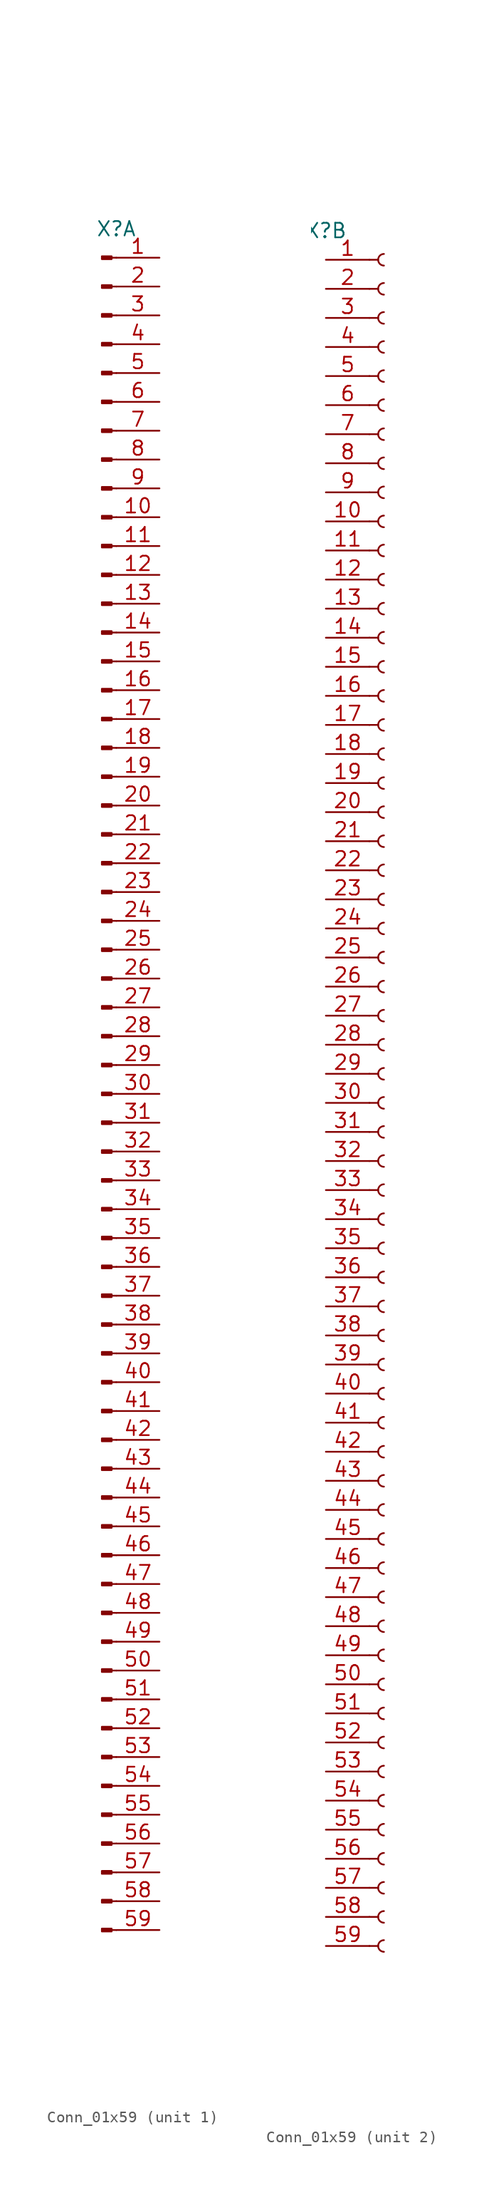
<source format=kicad_sym>
(kicad_symbol_lib
  (version 20241209)
  (generator "kicad_symbol_editor")
  (generator_version "9.0")
  (symbol "Conn_01x59"
    (pin_names
      (offset 1.016)
      (hide yes))
    (property "Reference" "X"
      (at 0 76.2 0)
      (effects (font (size 1.27 1.27))))
    (property "ki_locked" ""
      (at 0 0 0)
      (effects (font (size 1.27 1.27))))
    (symbol "Conn_01x59_1_1"
      (rectangle (start -0.406 73.787) (end -1.27 73.533) (stroke (width 0.152) (type default)) (fill (type outline)))
      (rectangle (start -0.406 71.247) (end -1.27 70.993) (stroke (width 0.152) (type default)) (fill (type outline)))
      (rectangle (start -0.406 68.707) (end -1.27 68.453) (stroke (width 0.152) (type default)) (fill (type outline)))
      (rectangle (start -0.406 66.167) (end -1.27 65.913) (stroke (width 0.152) (type default)) (fill (type outline)))
      (rectangle (start -0.406 63.627) (end -1.27 63.373) (stroke (width 0.152) (type default)) (fill (type outline)))
      (rectangle (start -0.406 61.087) (end -1.27 60.833) (stroke (width 0.152) (type default)) (fill (type outline)))
      (rectangle (start -0.406 58.547) (end -1.27 58.293) (stroke (width 0.152) (type default)) (fill (type outline)))
      (rectangle (start -0.406 56.007) (end -1.27 55.753) (stroke (width 0.152) (type default)) (fill (type outline)))
      (rectangle (start -0.406 53.467) (end -1.27 53.213) (stroke (width 0.152) (type default)) (fill (type outline)))
      (rectangle (start -0.406 50.927) (end -1.27 50.673) (stroke (width 0.152) (type default)) (fill (type outline)))
      (rectangle (start -0.406 48.387) (end -1.27 48.133) (stroke (width 0.152) (type default)) (fill (type outline)))
      (rectangle (start -0.406 45.847) (end -1.27 45.593) (stroke (width 0.152) (type default)) (fill (type outline)))
      (rectangle (start -0.406 43.307) (end -1.27 43.053) (stroke (width 0.152) (type default)) (fill (type outline)))
      (rectangle (start -0.406 40.767) (end -1.27 40.513) (stroke (width 0.152) (type default)) (fill (type outline)))
      (rectangle (start -0.406 38.227) (end -1.27 37.973) (stroke (width 0.152) (type default)) (fill (type outline)))
      (rectangle (start -0.406 35.687) (end -1.27 35.433) (stroke (width 0.152) (type default)) (fill (type outline)))
      (rectangle (start -0.406 33.147) (end -1.27 32.893) (stroke (width 0.152) (type default)) (fill (type outline)))
      (rectangle (start -0.406 30.607) (end -1.27 30.353) (stroke (width 0.152) (type default)) (fill (type outline)))
      (rectangle (start -0.406 28.067) (end -1.27 27.813) (stroke (width 0.152) (type default)) (fill (type outline)))
      (rectangle (start -0.406 25.527) (end -1.27 25.273) (stroke (width 0.152) (type default)) (fill (type outline)))
      (rectangle (start -0.406 22.987) (end -1.27 22.733) (stroke (width 0.152) (type default)) (fill (type outline)))
      (rectangle (start -0.406 20.447) (end -1.27 20.193) (stroke (width 0.152) (type default)) (fill (type outline)))
      (rectangle (start -0.406 17.907) (end -1.27 17.653) (stroke (width 0.152) (type default)) (fill (type outline)))
      (rectangle (start -0.406 15.367) (end -1.27 15.113) (stroke (width 0.152) (type default)) (fill (type outline)))
      (rectangle (start -0.406 12.827) (end -1.27 12.573) (stroke (width 0.152) (type default)) (fill (type outline)))
      (rectangle (start -0.406 10.287) (end -1.27 10.033) (stroke (width 0.152) (type default)) (fill (type outline)))
      (rectangle (start -0.406 7.747) (end -1.27 7.493) (stroke (width 0.152) (type default)) (fill (type outline)))
      (rectangle (start -0.406 5.207) (end -1.27 4.953) (stroke (width 0.152) (type default)) (fill (type outline)))
      (rectangle (start -0.406 2.667) (end -1.27 2.413) (stroke (width 0.152) (type default)) (fill (type outline)))
      (rectangle (start -0.406 0.127) (end -1.27 -0.127) (stroke (width 0.152) (type default)) (fill (type outline)))
      (rectangle (start -0.406 -2.413) (end -1.27 -2.667) (stroke (width 0.152) (type default)) (fill (type outline)))
      (rectangle (start -0.406 -4.953) (end -1.27 -5.207) (stroke (width 0.152) (type default)) (fill (type outline)))
      (rectangle (start -0.406 -7.493) (end -1.27 -7.747) (stroke (width 0.152) (type default)) (fill (type outline)))
      (rectangle (start -0.406 -10.033) (end -1.27 -10.287) (stroke (width 0.152) (type default)) (fill (type outline)))
      (rectangle (start -0.406 -12.573) (end -1.27 -12.827) (stroke (width 0.152) (type default)) (fill (type outline)))
      (rectangle (start -0.406 -15.113) (end -1.27 -15.367) (stroke (width 0.152) (type default)) (fill (type outline)))
      (rectangle (start -0.406 -17.653) (end -1.27 -17.907) (stroke (width 0.152) (type default)) (fill (type outline)))
      (rectangle (start -0.406 -20.193) (end -1.27 -20.447) (stroke (width 0.152) (type default)) (fill (type outline)))
      (rectangle (start -0.406 -22.733) (end -1.27 -22.987) (stroke (width 0.152) (type default)) (fill (type outline)))
      (rectangle (start -0.406 -25.273) (end -1.27 -25.527) (stroke (width 0.152) (type default)) (fill (type outline)))
      (rectangle (start -0.406 -27.813) (end -1.27 -28.067) (stroke (width 0.152) (type default)) (fill (type outline)))
      (rectangle (start -0.406 -30.353) (end -1.27 -30.607) (stroke (width 0.152) (type default)) (fill (type outline)))
      (rectangle (start -0.406 -32.893) (end -1.27 -33.147) (stroke (width 0.152) (type default)) (fill (type outline)))
      (rectangle (start -0.406 -35.433) (end -1.27 -35.687) (stroke (width 0.152) (type default)) (fill (type outline)))
      (rectangle (start -0.406 -37.973) (end -1.27 -38.227) (stroke (width 0.152) (type default)) (fill (type outline)))
      (rectangle (start -0.406 -40.513) (end -1.27 -40.767) (stroke (width 0.152) (type default)) (fill (type outline)))
      (rectangle (start -0.406 -43.053) (end -1.27 -43.307) (stroke (width 0.152) (type default)) (fill (type outline)))
      (rectangle (start -0.406 -45.593) (end -1.27 -45.847) (stroke (width 0.152) (type default)) (fill (type outline)))
      (rectangle (start -0.406 -48.133) (end -1.27 -48.387) (stroke (width 0.152) (type default)) (fill (type outline)))
      (rectangle (start -0.406 -50.673) (end -1.27 -50.927) (stroke (width 0.152) (type default)) (fill (type outline)))
      (rectangle (start -0.406 -53.213) (end -1.27 -53.467) (stroke (width 0.152) (type default)) (fill (type outline)))
      (rectangle (start -0.406 -55.753) (end -1.27 -56.007) (stroke (width 0.152) (type default)) (fill (type outline)))
      (rectangle (start -0.406 -58.293) (end -1.27 -58.547) (stroke (width 0.152) (type default)) (fill (type outline)))
      (rectangle (start -0.406 -60.833) (end -1.27 -61.087) (stroke (width 0.152) (type default)) (fill (type outline)))
      (rectangle (start -0.406 -63.373) (end -1.27 -63.627) (stroke (width 0.152) (type default)) (fill (type outline)))
      (rectangle (start -0.406 -65.913) (end -1.27 -66.167) (stroke (width 0.152) (type default)) (fill (type outline)))
      (rectangle (start -0.406 -68.453) (end -1.27 -68.707) (stroke (width 0.152) (type default)) (fill (type outline)))
      (rectangle (start -0.406 -70.993) (end -1.27 -71.247) (stroke (width 0.152) (type default)) (fill (type outline)))
      (rectangle (start -0.406 -73.533) (end -1.27 -73.787) (stroke (width 0.152) (type default)) (fill (type outline)))
      (polyline (pts (xy 0 73.66) (xy -0.406 73.66)) (stroke (width 0.152) (type default)) (fill (type none)))
      (polyline (pts (xy 0 71.12) (xy -0.406 71.12)) (stroke (width 0.152) (type default)) (fill (type none)))
      (polyline (pts (xy 0 68.58) (xy -0.406 68.58)) (stroke (width 0.152) (type default)) (fill (type none)))
      (polyline (pts (xy 0 66.04) (xy -0.406 66.04)) (stroke (width 0.152) (type default)) (fill (type none)))
      (polyline (pts (xy 0 63.5) (xy -0.406 63.5)) (stroke (width 0.152) (type default)) (fill (type none)))
      (polyline (pts (xy 0 60.96) (xy -0.406 60.96)) (stroke (width 0.152) (type default)) (fill (type none)))
      (polyline (pts (xy 0 58.42) (xy -0.406 58.42)) (stroke (width 0.152) (type default)) (fill (type none)))
      (polyline (pts (xy 0 55.88) (xy -0.406 55.88)) (stroke (width 0.152) (type default)) (fill (type none)))
      (polyline (pts (xy 0 53.34) (xy -0.406 53.34)) (stroke (width 0.152) (type default)) (fill (type none)))
      (polyline (pts (xy 0 50.8) (xy -0.406 50.8)) (stroke (width 0.152) (type default)) (fill (type none)))
      (polyline (pts (xy 0 48.26) (xy -0.406 48.26)) (stroke (width 0.152) (type default)) (fill (type none)))
      (polyline (pts (xy 0 45.72) (xy -0.406 45.72)) (stroke (width 0.152) (type default)) (fill (type none)))
      (polyline (pts (xy 0 43.18) (xy -0.406 43.18)) (stroke (width 0.152) (type default)) (fill (type none)))
      (polyline (pts (xy 0 40.64) (xy -0.406 40.64)) (stroke (width 0.152) (type default)) (fill (type none)))
      (polyline (pts (xy 0 38.1) (xy -0.406 38.1)) (stroke (width 0.152) (type default)) (fill (type none)))
      (polyline (pts (xy 0 35.56) (xy -0.406 35.56)) (stroke (width 0.152) (type default)) (fill (type none)))
      (polyline (pts (xy 0 33.02) (xy -0.406 33.02)) (stroke (width 0.152) (type default)) (fill (type none)))
      (polyline (pts (xy 0 30.48) (xy -0.406 30.48)) (stroke (width 0.152) (type default)) (fill (type none)))
      (polyline (pts (xy 0 27.94) (xy -0.406 27.94)) (stroke (width 0.152) (type default)) (fill (type none)))
      (polyline (pts (xy 0 25.4) (xy -0.406 25.4)) (stroke (width 0.152) (type default)) (fill (type none)))
      (polyline (pts (xy 0 22.86) (xy -0.406 22.86)) (stroke (width 0.152) (type default)) (fill (type none)))
      (polyline (pts (xy 0 20.32) (xy -0.406 20.32)) (stroke (width 0.152) (type default)) (fill (type none)))
      (polyline (pts (xy 0 17.78) (xy -0.406 17.78)) (stroke (width 0.152) (type default)) (fill (type none)))
      (polyline (pts (xy 0 15.24) (xy -0.406 15.24)) (stroke (width 0.152) (type default)) (fill (type none)))
      (polyline (pts (xy 0 12.7) (xy -0.406 12.7)) (stroke (width 0.152) (type default)) (fill (type none)))
      (polyline (pts (xy 0 10.16) (xy -0.406 10.16)) (stroke (width 0.152) (type default)) (fill (type none)))
      (polyline (pts (xy 0 7.62) (xy -0.406 7.62)) (stroke (width 0.152) (type default)) (fill (type none)))
      (polyline (pts (xy 0 5.08) (xy -0.406 5.08)) (stroke (width 0.152) (type default)) (fill (type none)))
      (polyline (pts (xy 0 2.54) (xy -0.406 2.54)) (stroke (width 0.152) (type default)) (fill (type none)))
      (polyline (pts (xy 0 0) (xy -0.406 0)) (stroke (width 0.152) (type default)) (fill (type none)))
      (polyline (pts (xy 0 -2.54) (xy -0.406 -2.54)) (stroke (width 0.152) (type default)) (fill (type none)))
      (polyline (pts (xy 0 -5.08) (xy -0.406 -5.08)) (stroke (width 0.152) (type default)) (fill (type none)))
      (polyline (pts (xy 0 -7.62) (xy -0.406 -7.62)) (stroke (width 0.152) (type default)) (fill (type none)))
      (polyline (pts (xy 0 -10.16) (xy -0.406 -10.16)) (stroke (width 0.152) (type default)) (fill (type none)))
      (polyline (pts (xy 0 -12.7) (xy -0.406 -12.7)) (stroke (width 0.152) (type default)) (fill (type none)))
      (polyline (pts (xy 0 -15.24) (xy -0.406 -15.24)) (stroke (width 0.152) (type default)) (fill (type none)))
      (polyline (pts (xy 0 -17.78) (xy -0.406 -17.78)) (stroke (width 0.152) (type default)) (fill (type none)))
      (polyline (pts (xy 0 -20.32) (xy -0.406 -20.32)) (stroke (width 0.152) (type default)) (fill (type none)))
      (polyline (pts (xy 0 -22.86) (xy -0.406 -22.86)) (stroke (width 0.152) (type default)) (fill (type none)))
      (polyline (pts (xy 0 -25.4) (xy -0.406 -25.4)) (stroke (width 0.152) (type default)) (fill (type none)))
      (polyline (pts (xy 0 -27.94) (xy -0.406 -27.94)) (stroke (width 0.152) (type default)) (fill (type none)))
      (polyline (pts (xy 0 -30.48) (xy -0.406 -30.48)) (stroke (width 0.152) (type default)) (fill (type none)))
      (polyline (pts (xy 0 -33.02) (xy -0.406 -33.02)) (stroke (width 0.152) (type default)) (fill (type none)))
      (polyline (pts (xy 0 -35.56) (xy -0.406 -35.56)) (stroke (width 0.152) (type default)) (fill (type none)))
      (polyline (pts (xy 0 -38.1) (xy -0.406 -38.1)) (stroke (width 0.152) (type default)) (fill (type none)))
      (polyline (pts (xy 0 -40.64) (xy -0.406 -40.64)) (stroke (width 0.152) (type default)) (fill (type none)))
      (polyline (pts (xy 0 -43.18) (xy -0.406 -43.18)) (stroke (width 0.152) (type default)) (fill (type none)))
      (polyline (pts (xy 0 -45.72) (xy -0.406 -45.72)) (stroke (width 0.152) (type default)) (fill (type none)))
      (polyline (pts (xy 0 -48.26) (xy -0.406 -48.26)) (stroke (width 0.152) (type default)) (fill (type none)))
      (polyline (pts (xy 0 -50.8) (xy -0.406 -50.8)) (stroke (width 0.152) (type default)) (fill (type none)))
      (polyline (pts (xy 0 -53.34) (xy -0.406 -53.34)) (stroke (width 0.152) (type default)) (fill (type none)))
      (polyline (pts (xy 0 -55.88) (xy -0.406 -55.88)) (stroke (width 0.152) (type default)) (fill (type none)))
      (polyline (pts (xy 0 -58.42) (xy -0.406 -58.42)) (stroke (width 0.152) (type default)) (fill (type none)))
      (polyline (pts (xy 0 -60.96) (xy -0.406 -60.96)) (stroke (width 0.152) (type default)) (fill (type none)))
      (polyline (pts (xy 0 -63.5) (xy -0.406 -63.5)) (stroke (width 0.152) (type default)) (fill (type none)))
      (polyline (pts (xy 0 -66.04) (xy -0.406 -66.04)) (stroke (width 0.152) (type default)) (fill (type none)))
      (polyline (pts (xy 0 -68.58) (xy -0.406 -68.58)) (stroke (width 0.152) (type default)) (fill (type none)))
      (polyline (pts (xy 0 -71.12) (xy -0.406 -71.12)) (stroke (width 0.152) (type default)) (fill (type none)))
      (polyline (pts (xy 0 -73.66) (xy -0.406 -73.66)) (stroke (width 0.152) (type default)) (fill (type none)))
      (pin passive line (at 3.81 73.66 180) (length 3.81) (name "Pin_1" (effects (font (size 1.27 1.27)))) (number "1" (effects (font (size 1.27 1.27)))))
      (pin passive line (at 3.81 71.12 180) (length 3.81) (name "Pin_2" (effects (font (size 1.27 1.27)))) (number "2" (effects (font (size 1.27 1.27)))))
      (pin passive line (at 3.81 68.58 180) (length 3.81) (name "Pin_3" (effects (font (size 1.27 1.27)))) (number "3" (effects (font (size 1.27 1.27)))))
      (pin passive line (at 3.81 66.04 180) (length 3.81) (name "Pin_4" (effects (font (size 1.27 1.27)))) (number "4" (effects (font (size 1.27 1.27)))))
      (pin passive line (at 3.81 63.5 180) (length 3.81) (name "Pin_5" (effects (font (size 1.27 1.27)))) (number "5" (effects (font (size 1.27 1.27)))))
      (pin passive line (at 3.81 60.96 180) (length 3.81) (name "Pin_6" (effects (font (size 1.27 1.27)))) (number "6" (effects (font (size 1.27 1.27)))))
      (pin passive line (at 3.81 58.42 180) (length 3.81) (name "Pin_7" (effects (font (size 1.27 1.27)))) (number "7" (effects (font (size 1.27 1.27)))))
      (pin passive line (at 3.81 55.88 180) (length 3.81) (name "Pin_8" (effects (font (size 1.27 1.27)))) (number "8" (effects (font (size 1.27 1.27)))))
      (pin passive line (at 3.81 53.34 180) (length 3.81) (name "Pin_9" (effects (font (size 1.27 1.27)))) (number "9" (effects (font (size 1.27 1.27)))))
      (pin passive line (at 3.81 50.8 180) (length 3.81) (name "Pin_10" (effects (font (size 1.27 1.27)))) (number "10" (effects (font (size 1.27 1.27)))))
      (pin passive line (at 3.81 48.26 180) (length 3.81) (name "Pin_11" (effects (font (size 1.27 1.27)))) (number "11" (effects (font (size 1.27 1.27)))))
      (pin passive line (at 3.81 45.72 180) (length 3.81) (name "Pin_12" (effects (font (size 1.27 1.27)))) (number "12" (effects (font (size 1.27 1.27)))))
      (pin passive line (at 3.81 43.18 180) (length 3.81) (name "Pin_13" (effects (font (size 1.27 1.27)))) (number "13" (effects (font (size 1.27 1.27)))))
      (pin passive line (at 3.81 40.64 180) (length 3.81) (name "Pin_14" (effects (font (size 1.27 1.27)))) (number "14" (effects (font (size 1.27 1.27)))))
      (pin passive line (at 3.81 38.1 180) (length 3.81) (name "Pin_15" (effects (font (size 1.27 1.27)))) (number "15" (effects (font (size 1.27 1.27)))))
      (pin passive line (at 3.81 35.56 180) (length 3.81) (name "Pin_16" (effects (font (size 1.27 1.27)))) (number "16" (effects (font (size 1.27 1.27)))))
      (pin passive line (at 3.81 33.02 180) (length 3.81) (name "Pin_17" (effects (font (size 1.27 1.27)))) (number "17" (effects (font (size 1.27 1.27)))))
      (pin passive line (at 3.81 30.48 180) (length 3.81) (name "Pin_18" (effects (font (size 1.27 1.27)))) (number "18" (effects (font (size 1.27 1.27)))))
      (pin passive line (at 3.81 27.94 180) (length 3.81) (name "Pin_19" (effects (font (size 1.27 1.27)))) (number "19" (effects (font (size 1.27 1.27)))))
      (pin passive line (at 3.81 25.4 180) (length 3.81) (name "Pin_20" (effects (font (size 1.27 1.27)))) (number "20" (effects (font (size 1.27 1.27)))))
      (pin passive line (at 3.81 22.86 180) (length 3.81) (name "Pin_21" (effects (font (size 1.27 1.27)))) (number "21" (effects (font (size 1.27 1.27)))))
      (pin passive line (at 3.81 20.32 180) (length 3.81) (name "Pin_22" (effects (font (size 1.27 1.27)))) (number "22" (effects (font (size 1.27 1.27)))))
      (pin passive line (at 3.81 17.78 180) (length 3.81) (name "Pin_23" (effects (font (size 1.27 1.27)))) (number "23" (effects (font (size 1.27 1.27)))))
      (pin passive line (at 3.81 15.24 180) (length 3.81) (name "Pin_24" (effects (font (size 1.27 1.27)))) (number "24" (effects (font (size 1.27 1.27)))))
      (pin passive line (at 3.81 12.7 180) (length 3.81) (name "Pin_25" (effects (font (size 1.27 1.27)))) (number "25" (effects (font (size 1.27 1.27)))))
      (pin passive line (at 3.81 10.16 180) (length 3.81) (name "Pin_26" (effects (font (size 1.27 1.27)))) (number "26" (effects (font (size 1.27 1.27)))))
      (pin passive line (at 3.81 7.62 180) (length 3.81) (name "Pin_27" (effects (font (size 1.27 1.27)))) (number "27" (effects (font (size 1.27 1.27)))))
      (pin passive line (at 3.81 5.08 180) (length 3.81) (name "Pin_28" (effects (font (size 1.27 1.27)))) (number "28" (effects (font (size 1.27 1.27)))))
      (pin passive line (at 3.81 2.54 180) (length 3.81) (name "Pin_29" (effects (font (size 1.27 1.27)))) (number "29" (effects (font (size 1.27 1.27)))))
      (pin passive line (at 3.81 0 180) (length 3.81) (name "Pin_30" (effects (font (size 1.27 1.27)))) (number "30" (effects (font (size 1.27 1.27)))))
      (pin passive line (at 3.81 -2.54 180) (length 3.81) (name "Pin_31" (effects (font (size 1.27 1.27)))) (number "31" (effects (font (size 1.27 1.27)))))
      (pin passive line (at 3.81 -5.08 180) (length 3.81) (name "Pin_32" (effects (font (size 1.27 1.27)))) (number "32" (effects (font (size 1.27 1.27)))))
      (pin passive line (at 3.81 -7.62 180) (length 3.81) (name "Pin_33" (effects (font (size 1.27 1.27)))) (number "33" (effects (font (size 1.27 1.27)))))
      (pin passive line (at 3.81 -10.16 180) (length 3.81) (name "Pin_34" (effects (font (size 1.27 1.27)))) (number "34" (effects (font (size 1.27 1.27)))))
      (pin passive line (at 3.81 -12.7 180) (length 3.81) (name "Pin_35" (effects (font (size 1.27 1.27)))) (number "35" (effects (font (size 1.27 1.27)))))
      (pin passive line (at 3.81 -15.24 180) (length 3.81) (name "Pin_36" (effects (font (size 1.27 1.27)))) (number "36" (effects (font (size 1.27 1.27)))))
      (pin passive line (at 3.81 -17.78 180) (length 3.81) (name "Pin_37" (effects (font (size 1.27 1.27)))) (number "37" (effects (font (size 1.27 1.27)))))
      (pin passive line (at 3.81 -20.32 180) (length 3.81) (name "Pin_38" (effects (font (size 1.27 1.27)))) (number "38" (effects (font (size 1.27 1.27)))))
      (pin passive line (at 3.81 -22.86 180) (length 3.81) (name "Pin_39" (effects (font (size 1.27 1.27)))) (number "39" (effects (font (size 1.27 1.27)))))
      (pin passive line (at 3.81 -25.4 180) (length 3.81) (name "Pin_40" (effects (font (size 1.27 1.27)))) (number "40" (effects (font (size 1.27 1.27)))))
      (pin passive line (at 3.81 -27.94 180) (length 3.81) (name "Pin_41" (effects (font (size 1.27 1.27)))) (number "41" (effects (font (size 1.27 1.27)))))
      (pin passive line (at 3.81 -30.48 180) (length 3.81) (name "Pin_42" (effects (font (size 1.27 1.27)))) (number "42" (effects (font (size 1.27 1.27)))))
      (pin passive line (at 3.81 -33.02 180) (length 3.81) (name "Pin_43" (effects (font (size 1.27 1.27)))) (number "43" (effects (font (size 1.27 1.27)))))
      (pin passive line (at 3.81 -35.56 180) (length 3.81) (name "Pin_44" (effects (font (size 1.27 1.27)))) (number "44" (effects (font (size 1.27 1.27)))))
      (pin passive line (at 3.81 -38.1 180) (length 3.81) (name "Pin_45" (effects (font (size 1.27 1.27)))) (number "45" (effects (font (size 1.27 1.27)))))
      (pin passive line (at 3.81 -40.64 180) (length 3.81) (name "Pin_46" (effects (font (size 1.27 1.27)))) (number "46" (effects (font (size 1.27 1.27)))))
      (pin passive line (at 3.81 -43.18 180) (length 3.81) (name "Pin_47" (effects (font (size 1.27 1.27)))) (number "47" (effects (font (size 1.27 1.27)))))
      (pin passive line (at 3.81 -45.72 180) (length 3.81) (name "Pin_48" (effects (font (size 1.27 1.27)))) (number "48" (effects (font (size 1.27 1.27)))))
      (pin passive line (at 3.81 -48.26 180) (length 3.81) (name "Pin_49" (effects (font (size 1.27 1.27)))) (number "49" (effects (font (size 1.27 1.27)))))
      (pin passive line (at 3.81 -50.8 180) (length 3.81) (name "Pin_50" (effects (font (size 1.27 1.27)))) (number "50" (effects (font (size 1.27 1.27)))))
      (pin passive line (at 3.81 -53.34 180) (length 3.81) (name "Pin_51" (effects (font (size 1.27 1.27)))) (number "51" (effects (font (size 1.27 1.27)))))
      (pin passive line (at 3.81 -55.88 180) (length 3.81) (name "Pin_52" (effects (font (size 1.27 1.27)))) (number "52" (effects (font (size 1.27 1.27)))))
      (pin passive line (at 3.81 -58.42 180) (length 3.81) (name "Pin_53" (effects (font (size 1.27 1.27)))) (number "53" (effects (font (size 1.27 1.27)))))
      (pin passive line (at 3.81 -60.96 180) (length 3.81) (name "Pin_54" (effects (font (size 1.27 1.27)))) (number "54" (effects (font (size 1.27 1.27)))))
      (pin passive line (at 3.81 -63.5 180) (length 3.81) (name "Pin_55" (effects (font (size 1.27 1.27)))) (number "55" (effects (font (size 1.27 1.27)))))
      (pin passive line (at 3.81 -66.04 180) (length 3.81) (name "Pin_56" (effects (font (size 1.27 1.27)))) (number "56" (effects (font (size 1.27 1.27)))))
      (pin passive line (at 3.81 -68.58 180) (length 3.81) (name "Pin_57" (effects (font (size 1.27 1.27)))) (number "57" (effects (font (size 1.27 1.27)))))
      (pin passive line (at 3.81 -71.12 180) (length 3.81) (name "Pin_58" (effects (font (size 1.27 1.27)))) (number "58" (effects (font (size 1.27 1.27)))))
      (pin passive line (at 3.81 -73.66 180) (length 3.81) (name "Pin_59" (effects (font (size 1.27 1.27)))) (number "59" (effects (font (size 1.27 1.27))))))
    (symbol "Conn_01x59_2_1"
      (polyline (pts (xy 3.81 73.66) (xy 4.572 73.66)) (stroke (width 0.152) (type default)) (fill (type none)))
      (polyline (pts (xy 3.81 71.12) (xy 4.572 71.12)) (stroke (width 0.152) (type default)) (fill (type none)))
      (polyline (pts (xy 3.81 68.58) (xy 4.572 68.58)) (stroke (width 0.152) (type default)) (fill (type none)))
      (polyline (pts (xy 3.81 66.04) (xy 4.572 66.04)) (stroke (width 0.152) (type default)) (fill (type none)))
      (polyline (pts (xy 3.81 63.5) (xy 4.572 63.5)) (stroke (width 0.152) (type default)) (fill (type none)))
      (polyline (pts (xy 3.81 60.96) (xy 4.572 60.96)) (stroke (width 0.152) (type default)) (fill (type none)))
      (polyline (pts (xy 3.81 58.42) (xy 4.572 58.42)) (stroke (width 0.152) (type default)) (fill (type none)))
      (polyline (pts (xy 3.81 55.88) (xy 4.572 55.88)) (stroke (width 0.152) (type default)) (fill (type none)))
      (polyline (pts (xy 3.81 53.34) (xy 4.572 53.34)) (stroke (width 0.152) (type default)) (fill (type none)))
      (polyline (pts (xy 3.81 50.8) (xy 4.572 50.8)) (stroke (width 0.152) (type default)) (fill (type none)))
      (polyline (pts (xy 3.81 48.26) (xy 4.572 48.26)) (stroke (width 0.152) (type default)) (fill (type none)))
      (polyline (pts (xy 3.81 45.72) (xy 4.572 45.72)) (stroke (width 0.152) (type default)) (fill (type none)))
      (polyline (pts (xy 3.81 43.18) (xy 4.572 43.18)) (stroke (width 0.152) (type default)) (fill (type none)))
      (polyline (pts (xy 3.81 40.64) (xy 4.572 40.64)) (stroke (width 0.152) (type default)) (fill (type none)))
      (polyline (pts (xy 3.81 38.1) (xy 4.572 38.1)) (stroke (width 0.152) (type default)) (fill (type none)))
      (polyline (pts (xy 3.81 35.56) (xy 4.572 35.56)) (stroke (width 0.152) (type default)) (fill (type none)))
      (polyline (pts (xy 3.81 33.02) (xy 4.572 33.02)) (stroke (width 0.152) (type default)) (fill (type none)))
      (polyline (pts (xy 3.81 30.48) (xy 4.572 30.48)) (stroke (width 0.152) (type default)) (fill (type none)))
      (polyline (pts (xy 3.81 27.94) (xy 4.572 27.94)) (stroke (width 0.152) (type default)) (fill (type none)))
      (polyline (pts (xy 3.81 25.4) (xy 4.572 25.4)) (stroke (width 0.152) (type default)) (fill (type none)))
      (polyline (pts (xy 3.81 22.86) (xy 4.572 22.86)) (stroke (width 0.152) (type default)) (fill (type none)))
      (polyline (pts (xy 3.81 20.32) (xy 4.572 20.32)) (stroke (width 0.152) (type default)) (fill (type none)))
      (polyline (pts (xy 3.81 17.78) (xy 4.572 17.78)) (stroke (width 0.152) (type default)) (fill (type none)))
      (polyline (pts (xy 3.81 15.24) (xy 4.572 15.24)) (stroke (width 0.152) (type default)) (fill (type none)))
      (polyline (pts (xy 3.81 12.7) (xy 4.572 12.7)) (stroke (width 0.152) (type default)) (fill (type none)))
      (polyline (pts (xy 3.81 10.16) (xy 4.572 10.16)) (stroke (width 0.152) (type default)) (fill (type none)))
      (polyline (pts (xy 3.81 7.62) (xy 4.572 7.62)) (stroke (width 0.152) (type default)) (fill (type none)))
      (polyline (pts (xy 3.81 5.08) (xy 4.572 5.08)) (stroke (width 0.152) (type default)) (fill (type none)))
      (polyline (pts (xy 3.81 2.54) (xy 4.572 2.54)) (stroke (width 0.152) (type default)) (fill (type none)))
      (polyline (pts (xy 3.81 0) (xy 4.572 0)) (stroke (width 0.152) (type default)) (fill (type none)))
      (polyline (pts (xy 3.81 -2.54) (xy 4.572 -2.54)) (stroke (width 0.152) (type default)) (fill (type none)))
      (polyline (pts (xy 3.81 -5.08) (xy 4.572 -5.08)) (stroke (width 0.152) (type default)) (fill (type none)))
      (polyline (pts (xy 3.81 -7.62) (xy 4.572 -7.62)) (stroke (width 0.152) (type default)) (fill (type none)))
      (polyline (pts (xy 3.81 -10.16) (xy 4.572 -10.16)) (stroke (width 0.152) (type default)) (fill (type none)))
      (polyline (pts (xy 3.81 -12.7) (xy 4.572 -12.7)) (stroke (width 0.152) (type default)) (fill (type none)))
      (polyline (pts (xy 3.81 -15.24) (xy 4.572 -15.24)) (stroke (width 0.152) (type default)) (fill (type none)))
      (polyline (pts (xy 3.81 -17.78) (xy 4.572 -17.78)) (stroke (width 0.152) (type default)) (fill (type none)))
      (polyline (pts (xy 3.81 -20.32) (xy 4.572 -20.32)) (stroke (width 0.152) (type default)) (fill (type none)))
      (polyline (pts (xy 3.81 -22.86) (xy 4.572 -22.86)) (stroke (width 0.152) (type default)) (fill (type none)))
      (polyline (pts (xy 3.81 -25.4) (xy 4.572 -25.4)) (stroke (width 0.152) (type default)) (fill (type none)))
      (polyline (pts (xy 3.81 -27.94) (xy 4.572 -27.94)) (stroke (width 0.152) (type default)) (fill (type none)))
      (polyline (pts (xy 3.81 -30.48) (xy 4.572 -30.48)) (stroke (width 0.152) (type default)) (fill (type none)))
      (polyline (pts (xy 3.81 -33.02) (xy 4.572 -33.02)) (stroke (width 0.152) (type default)) (fill (type none)))
      (polyline (pts (xy 3.81 -35.56) (xy 4.572 -35.56)) (stroke (width 0.152) (type default)) (fill (type none)))
      (polyline (pts (xy 3.81 -38.1) (xy 4.572 -38.1)) (stroke (width 0.152) (type default)) (fill (type none)))
      (polyline (pts (xy 3.81 -40.64) (xy 4.572 -40.64)) (stroke (width 0.152) (type default)) (fill (type none)))
      (polyline (pts (xy 3.81 -43.18) (xy 4.572 -43.18)) (stroke (width 0.152) (type default)) (fill (type none)))
      (polyline (pts (xy 3.81 -45.72) (xy 4.572 -45.72)) (stroke (width 0.152) (type default)) (fill (type none)))
      (polyline (pts (xy 3.81 -48.26) (xy 4.572 -48.26)) (stroke (width 0.152) (type default)) (fill (type none)))
      (polyline (pts (xy 3.81 -50.8) (xy 4.572 -50.8)) (stroke (width 0.152) (type default)) (fill (type none)))
      (polyline (pts (xy 3.81 -53.34) (xy 4.572 -53.34)) (stroke (width 0.152) (type default)) (fill (type none)))
      (polyline (pts (xy 3.81 -55.88) (xy 4.572 -55.88)) (stroke (width 0.152) (type default)) (fill (type none)))
      (polyline (pts (xy 3.81 -58.42) (xy 4.572 -58.42)) (stroke (width 0.152) (type default)) (fill (type none)))
      (polyline (pts (xy 3.81 -60.96) (xy 4.572 -60.96)) (stroke (width 0.152) (type default)) (fill (type none)))
      (polyline (pts (xy 3.81 -63.5) (xy 4.572 -63.5)) (stroke (width 0.152) (type default)) (fill (type none)))
      (polyline (pts (xy 3.81 -66.04) (xy 4.572 -66.04)) (stroke (width 0.152) (type default)) (fill (type none)))
      (polyline (pts (xy 3.81 -68.58) (xy 4.572 -68.58)) (stroke (width 0.152) (type default)) (fill (type none)))
      (polyline (pts (xy 3.81 -71.12) (xy 4.572 -71.12)) (stroke (width 0.152) (type default)) (fill (type none)))
      (polyline (pts (xy 3.81 -73.66) (xy 4.572 -73.66)) (stroke (width 0.152) (type default)) (fill (type none)))
      (arc (start 5.08 73.152) (mid 4.5742 73.66) (end 5.08 74.168) (stroke (width 0.1524) (type default)) (fill (type none)))
      (arc (start 5.08 70.612) (mid 4.5742 71.12) (end 5.08 71.628) (stroke (width 0.1524) (type default)) (fill (type none)))
      (arc (start 5.08 68.072) (mid 4.5742 68.58) (end 5.08 69.088) (stroke (width 0.1524) (type default)) (fill (type none)))
      (arc (start 5.08 65.532) (mid 4.5742 66.04) (end 5.08 66.548) (stroke (width 0.1524) (type default)) (fill (type none)))
      (arc (start 5.08 62.992) (mid 4.5742 63.5) (end 5.08 64.008) (stroke (width 0.1524) (type default)) (fill (type none)))
      (arc (start 5.08 60.452) (mid 4.5742 60.96) (end 5.08 61.468) (stroke (width 0.1524) (type default)) (fill (type none)))
      (arc (start 5.08 57.912) (mid 4.5742 58.42) (end 5.08 58.928) (stroke (width 0.1524) (type default)) (fill (type none)))
      (arc (start 5.08 55.372) (mid 4.5742 55.88) (end 5.08 56.388) (stroke (width 0.1524) (type default)) (fill (type none)))
      (arc (start 5.08 52.832) (mid 4.5742 53.34) (end 5.08 53.848) (stroke (width 0.1524) (type default)) (fill (type none)))
      (arc (start 5.08 50.292) (mid 4.5742 50.8) (end 5.08 51.308) (stroke (width 0.1524) (type default)) (fill (type none)))
      (arc (start 5.08 47.752) (mid 4.5742 48.26) (end 5.08 48.768) (stroke (width 0.1524) (type default)) (fill (type none)))
      (arc (start 5.08 45.212) (mid 4.5742 45.72) (end 5.08 46.228) (stroke (width 0.1524) (type default)) (fill (type none)))
      (arc (start 5.08 42.672) (mid 4.5742 43.18) (end 5.08 43.688) (stroke (width 0.1524) (type default)) (fill (type none)))
      (arc (start 5.08 40.132) (mid 4.5742 40.64) (end 5.08 41.148) (stroke (width 0.1524) (type default)) (fill (type none)))
      (arc (start 5.08 37.592) (mid 4.5742 38.1) (end 5.08 38.608) (stroke (width 0.1524) (type default)) (fill (type none)))
      (arc (start 5.08 35.052) (mid 4.5742 35.56) (end 5.08 36.068) (stroke (width 0.1524) (type default)) (fill (type none)))
      (arc (start 5.08 32.512) (mid 4.5742 33.02) (end 5.08 33.528) (stroke (width 0.1524) (type default)) (fill (type none)))
      (arc (start 5.08 29.972) (mid 4.5742 30.48) (end 5.08 30.988) (stroke (width 0.1524) (type default)) (fill (type none)))
      (arc (start 5.08 27.432) (mid 4.5742 27.94) (end 5.08 28.448) (stroke (width 0.1524) (type default)) (fill (type none)))
      (arc (start 5.08 24.892) (mid 4.5742 25.4) (end 5.08 25.908) (stroke (width 0.1524) (type default)) (fill (type none)))
      (arc (start 5.08 22.352) (mid 4.5742 22.86) (end 5.08 23.368) (stroke (width 0.1524) (type default)) (fill (type none)))
      (arc (start 5.08 19.812) (mid 4.5742 20.32) (end 5.08 20.828) (stroke (width 0.1524) (type default)) (fill (type none)))
      (arc (start 5.08 17.272) (mid 4.5742 17.78) (end 5.08 18.288) (stroke (width 0.1524) (type default)) (fill (type none)))
      (arc (start 5.08 14.732) (mid 4.5742 15.24) (end 5.08 15.748) (stroke (width 0.1524) (type default)) (fill (type none)))
      (arc (start 5.08 12.192) (mid 4.5742 12.7) (end 5.08 13.208) (stroke (width 0.1524) (type default)) (fill (type none)))
      (arc (start 5.08 9.652) (mid 4.5742 10.16) (end 5.08 10.668) (stroke (width 0.1524) (type default)) (fill (type none)))
      (arc (start 5.08 7.112) (mid 4.5742 7.62) (end 5.08 8.128) (stroke (width 0.1524) (type default)) (fill (type none)))
      (arc (start 5.08 4.572) (mid 4.5742 5.08) (end 5.08 5.588) (stroke (width 0.1524) (type default)) (fill (type none)))
      (arc (start 5.08 2.032) (mid 4.5742 2.54) (end 5.08 3.048) (stroke (width 0.1524) (type default)) (fill (type none)))
      (arc (start 5.08 -0.508) (mid 4.5742 0) (end 5.08 0.508) (stroke (width 0.1524) (type default)) (fill (type none)))
      (arc (start 5.08 -3.048) (mid 4.5742 -2.54) (end 5.08 -2.032) (stroke (width 0.1524) (type default)) (fill (type none)))
      (arc (start 5.08 -5.588) (mid 4.5742 -5.08) (end 5.08 -4.572) (stroke (width 0.1524) (type default)) (fill (type none)))
      (arc (start 5.08 -8.128) (mid 4.5742 -7.62) (end 5.08 -7.112) (stroke (width 0.1524) (type default)) (fill (type none)))
      (arc (start 5.08 -10.668) (mid 4.5742 -10.16) (end 5.08 -9.652) (stroke (width 0.1524) (type default)) (fill (type none)))
      (arc (start 5.08 -13.208) (mid 4.5742 -12.7) (end 5.08 -12.192) (stroke (width 0.1524) (type default)) (fill (type none)))
      (arc (start 5.08 -15.748) (mid 4.5742 -15.24) (end 5.08 -14.732) (stroke (width 0.1524) (type default)) (fill (type none)))
      (arc (start 5.08 -18.288) (mid 4.5742 -17.78) (end 5.08 -17.272) (stroke (width 0.1524) (type default)) (fill (type none)))
      (arc (start 5.08 -20.828) (mid 4.5742 -20.32) (end 5.08 -19.812) (stroke (width 0.1524) (type default)) (fill (type none)))
      (arc (start 5.08 -23.368) (mid 4.5742 -22.86) (end 5.08 -22.352) (stroke (width 0.1524) (type default)) (fill (type none)))
      (arc (start 5.08 -25.908) (mid 4.5742 -25.4) (end 5.08 -24.892) (stroke (width 0.1524) (type default)) (fill (type none)))
      (arc (start 5.08 -28.448) (mid 4.5742 -27.94) (end 5.08 -27.432) (stroke (width 0.1524) (type default)) (fill (type none)))
      (arc (start 5.08 -30.988) (mid 4.5742 -30.48) (end 5.08 -29.972) (stroke (width 0.1524) (type default)) (fill (type none)))
      (arc (start 5.08 -33.528) (mid 4.5742 -33.02) (end 5.08 -32.512) (stroke (width 0.1524) (type default)) (fill (type none)))
      (arc (start 5.08 -36.068) (mid 4.5742 -35.56) (end 5.08 -35.052) (stroke (width 0.1524) (type default)) (fill (type none)))
      (arc (start 5.08 -38.608) (mid 4.5742 -38.1) (end 5.08 -37.592) (stroke (width 0.1524) (type default)) (fill (type none)))
      (arc (start 5.08 -41.148) (mid 4.5742 -40.64) (end 5.08 -40.132) (stroke (width 0.1524) (type default)) (fill (type none)))
      (arc (start 5.08 -43.688) (mid 4.5742 -43.18) (end 5.08 -42.672) (stroke (width 0.1524) (type default)) (fill (type none)))
      (arc (start 5.08 -46.228) (mid 4.5742 -45.72) (end 5.08 -45.212) (stroke (width 0.1524) (type default)) (fill (type none)))
      (arc (start 5.08 -48.768) (mid 4.5742 -48.26) (end 5.08 -47.752) (stroke (width 0.1524) (type default)) (fill (type none)))
      (arc (start 5.08 -51.308) (mid 4.5742 -50.8) (end 5.08 -50.292) (stroke (width 0.1524) (type default)) (fill (type none)))
      (arc (start 5.08 -53.848) (mid 4.5742 -53.34) (end 5.08 -52.832) (stroke (width 0.1524) (type default)) (fill (type none)))
      (arc (start 5.08 -56.388) (mid 4.5742 -55.88) (end 5.08 -55.372) (stroke (width 0.1524) (type default)) (fill (type none)))
      (arc (start 5.08 -58.928) (mid 4.5742 -58.42) (end 5.08 -57.912) (stroke (width 0.1524) (type default)) (fill (type none)))
      (arc (start 5.08 -61.468) (mid 4.5742 -60.96) (end 5.08 -60.452) (stroke (width 0.1524) (type default)) (fill (type none)))
      (arc (start 5.08 -64.008) (mid 4.5742 -63.5) (end 5.08 -62.992) (stroke (width 0.1524) (type default)) (fill (type none)))
      (arc (start 5.08 -66.548) (mid 4.5742 -66.04) (end 5.08 -65.532) (stroke (width 0.1524) (type default)) (fill (type none)))
      (arc (start 5.08 -69.088) (mid 4.5742 -68.58) (end 5.08 -68.072) (stroke (width 0.1524) (type default)) (fill (type none)))
      (arc (start 5.08 -71.628) (mid 4.5742 -71.12) (end 5.08 -70.612) (stroke (width 0.1524) (type default)) (fill (type none)))
      (arc (start 5.08 -74.168) (mid 4.5742 -73.66) (end 5.08 -73.152) (stroke (width 0.1524) (type default)) (fill (type none)))
      (pin passive line (at 0 73.66 0) (length 3.81) (name "Pin_1" (effects (font (size 1.27 1.27)))) (number "1" (effects (font (size 1.27 1.27)))))
      (pin passive line (at 0 71.12 0) (length 3.81) (name "Pin_2" (effects (font (size 1.27 1.27)))) (number "2" (effects (font (size 1.27 1.27)))))
      (pin passive line (at 0 68.58 0) (length 3.81) (name "Pin_3" (effects (font (size 1.27 1.27)))) (number "3" (effects (font (size 1.27 1.27)))))
      (pin passive line (at 0 66.04 0) (length 3.81) (name "Pin_4" (effects (font (size 1.27 1.27)))) (number "4" (effects (font (size 1.27 1.27)))))
      (pin passive line (at 0 63.5 0) (length 3.81) (name "Pin_5" (effects (font (size 1.27 1.27)))) (number "5" (effects (font (size 1.27 1.27)))))
      (pin passive line (at 0 60.96 0) (length 3.81) (name "Pin_6" (effects (font (size 1.27 1.27)))) (number "6" (effects (font (size 1.27 1.27)))))
      (pin passive line (at 0 58.42 0) (length 3.81) (name "Pin_7" (effects (font (size 1.27 1.27)))) (number "7" (effects (font (size 1.27 1.27)))))
      (pin passive line (at 0 55.88 0) (length 3.81) (name "Pin_8" (effects (font (size 1.27 1.27)))) (number "8" (effects (font (size 1.27 1.27)))))
      (pin passive line (at 0 53.34 0) (length 3.81) (name "Pin_9" (effects (font (size 1.27 1.27)))) (number "9" (effects (font (size 1.27 1.27)))))
      (pin passive line (at 0 50.8 0) (length 3.81) (name "Pin_10" (effects (font (size 1.27 1.27)))) (number "10" (effects (font (size 1.27 1.27)))))
      (pin passive line (at 0 48.26 0) (length 3.81) (name "Pin_11" (effects (font (size 1.27 1.27)))) (number "11" (effects (font (size 1.27 1.27)))))
      (pin passive line (at 0 45.72 0) (length 3.81) (name "Pin_12" (effects (font (size 1.27 1.27)))) (number "12" (effects (font (size 1.27 1.27)))))
      (pin passive line (at 0 43.18 0) (length 3.81) (name "Pin_13" (effects (font (size 1.27 1.27)))) (number "13" (effects (font (size 1.27 1.27)))))
      (pin passive line (at 0 40.64 0) (length 3.81) (name "Pin_14" (effects (font (size 1.27 1.27)))) (number "14" (effects (font (size 1.27 1.27)))))
      (pin passive line (at 0 38.1 0) (length 3.81) (name "Pin_15" (effects (font (size 1.27 1.27)))) (number "15" (effects (font (size 1.27 1.27)))))
      (pin passive line (at 0 35.56 0) (length 3.81) (name "Pin_16" (effects (font (size 1.27 1.27)))) (number "16" (effects (font (size 1.27 1.27)))))
      (pin passive line (at 0 33.02 0) (length 3.81) (name "Pin_17" (effects (font (size 1.27 1.27)))) (number "17" (effects (font (size 1.27 1.27)))))
      (pin passive line (at 0 30.48 0) (length 3.81) (name "Pin_18" (effects (font (size 1.27 1.27)))) (number "18" (effects (font (size 1.27 1.27)))))
      (pin passive line (at 0 27.94 0) (length 3.81) (name "Pin_19" (effects (font (size 1.27 1.27)))) (number "19" (effects (font (size 1.27 1.27)))))
      (pin passive line (at 0 25.4 0) (length 3.81) (name "Pin_20" (effects (font (size 1.27 1.27)))) (number "20" (effects (font (size 1.27 1.27)))))
      (pin passive line (at 0 22.86 0) (length 3.81) (name "Pin_21" (effects (font (size 1.27 1.27)))) (number "21" (effects (font (size 1.27 1.27)))))
      (pin passive line (at 0 20.32 0) (length 3.81) (name "Pin_22" (effects (font (size 1.27 1.27)))) (number "22" (effects (font (size 1.27 1.27)))))
      (pin passive line (at 0 17.78 0) (length 3.81) (name "Pin_23" (effects (font (size 1.27 1.27)))) (number "23" (effects (font (size 1.27 1.27)))))
      (pin passive line (at 0 15.24 0) (length 3.81) (name "Pin_24" (effects (font (size 1.27 1.27)))) (number "24" (effects (font (size 1.27 1.27)))))
      (pin passive line (at 0 12.7 0) (length 3.81) (name "Pin_25" (effects (font (size 1.27 1.27)))) (number "25" (effects (font (size 1.27 1.27)))))
      (pin passive line (at 0 10.16 0) (length 3.81) (name "Pin_26" (effects (font (size 1.27 1.27)))) (number "26" (effects (font (size 1.27 1.27)))))
      (pin passive line (at 0 7.62 0) (length 3.81) (name "Pin_27" (effects (font (size 1.27 1.27)))) (number "27" (effects (font (size 1.27 1.27)))))
      (pin passive line (at 0 5.08 0) (length 3.81) (name "Pin_28" (effects (font (size 1.27 1.27)))) (number "28" (effects (font (size 1.27 1.27)))))
      (pin passive line (at 0 2.54 0) (length 3.81) (name "Pin_29" (effects (font (size 1.27 1.27)))) (number "29" (effects (font (size 1.27 1.27)))))
      (pin passive line (at 0 0 0) (length 3.81) (name "Pin_30" (effects (font (size 1.27 1.27)))) (number "30" (effects (font (size 1.27 1.27)))))
      (pin passive line (at 0 -2.54 0) (length 3.81) (name "Pin_31" (effects (font (size 1.27 1.27)))) (number "31" (effects (font (size 1.27 1.27)))))
      (pin passive line (at 0 -5.08 0) (length 3.81) (name "Pin_32" (effects (font (size 1.27 1.27)))) (number "32" (effects (font (size 1.27 1.27)))))
      (pin passive line (at 0 -7.62 0) (length 3.81) (name "Pin_33" (effects (font (size 1.27 1.27)))) (number "33" (effects (font (size 1.27 1.27)))))
      (pin passive line (at 0 -10.16 0) (length 3.81) (name "Pin_34" (effects (font (size 1.27 1.27)))) (number "34" (effects (font (size 1.27 1.27)))))
      (pin passive line (at 0 -12.7 0) (length 3.81) (name "Pin_35" (effects (font (size 1.27 1.27)))) (number "35" (effects (font (size 1.27 1.27)))))
      (pin passive line (at 0 -15.24 0) (length 3.81) (name "Pin_36" (effects (font (size 1.27 1.27)))) (number "36" (effects (font (size 1.27 1.27)))))
      (pin passive line (at 0 -17.78 0) (length 3.81) (name "Pin_37" (effects (font (size 1.27 1.27)))) (number "37" (effects (font (size 1.27 1.27)))))
      (pin passive line (at 0 -20.32 0) (length 3.81) (name "Pin_38" (effects (font (size 1.27 1.27)))) (number "38" (effects (font (size 1.27 1.27)))))
      (pin passive line (at 0 -22.86 0) (length 3.81) (name "Pin_39" (effects (font (size 1.27 1.27)))) (number "39" (effects (font (size 1.27 1.27)))))
      (pin passive line (at 0 -25.4 0) (length 3.81) (name "Pin_40" (effects (font (size 1.27 1.27)))) (number "40" (effects (font (size 1.27 1.27)))))
      (pin passive line (at 0 -27.94 0) (length 3.81) (name "Pin_41" (effects (font (size 1.27 1.27)))) (number "41" (effects (font (size 1.27 1.27)))))
      (pin passive line (at 0 -30.48 0) (length 3.81) (name "Pin_42" (effects (font (size 1.27 1.27)))) (number "42" (effects (font (size 1.27 1.27)))))
      (pin passive line (at 0 -33.02 0) (length 3.81) (name "Pin_43" (effects (font (size 1.27 1.27)))) (number "43" (effects (font (size 1.27 1.27)))))
      (pin passive line (at 0 -35.56 0) (length 3.81) (name "Pin_44" (effects (font (size 1.27 1.27)))) (number "44" (effects (font (size 1.27 1.27)))))
      (pin passive line (at 0 -38.1 0) (length 3.81) (name "Pin_45" (effects (font (size 1.27 1.27)))) (number "45" (effects (font (size 1.27 1.27)))))
      (pin passive line (at 0 -40.64 0) (length 3.81) (name "Pin_46" (effects (font (size 1.27 1.27)))) (number "46" (effects (font (size 1.27 1.27)))))
      (pin passive line (at 0 -43.18 0) (length 3.81) (name "Pin_47" (effects (font (size 1.27 1.27)))) (number "47" (effects (font (size 1.27 1.27)))))
      (pin passive line (at 0 -45.72 0) (length 3.81) (name "Pin_48" (effects (font (size 1.27 1.27)))) (number "48" (effects (font (size 1.27 1.27)))))
      (pin passive line (at 0 -48.26 0) (length 3.81) (name "Pin_49" (effects (font (size 1.27 1.27)))) (number "49" (effects (font (size 1.27 1.27)))))
      (pin passive line (at 0 -50.8 0) (length 3.81) (name "Pin_50" (effects (font (size 1.27 1.27)))) (number "50" (effects (font (size 1.27 1.27)))))
      (pin passive line (at 0 -53.34 0) (length 3.81) (name "Pin_51" (effects (font (size 1.27 1.27)))) (number "51" (effects (font (size 1.27 1.27)))))
      (pin passive line (at 0 -55.88 0) (length 3.81) (name "Pin_52" (effects (font (size 1.27 1.27)))) (number "52" (effects (font (size 1.27 1.27)))))
      (pin passive line (at 0 -58.42 0) (length 3.81) (name "Pin_53" (effects (font (size 1.27 1.27)))) (number "53" (effects (font (size 1.27 1.27)))))
      (pin passive line (at 0 -60.96 0) (length 3.81) (name "Pin_54" (effects (font (size 1.27 1.27)))) (number "54" (effects (font (size 1.27 1.27)))))
      (pin passive line (at 0 -63.5 0) (length 3.81) (name "Pin_55" (effects (font (size 1.27 1.27)))) (number "55" (effects (font (size 1.27 1.27)))))
      (pin passive line (at 0 -66.04 0) (length 3.81) (name "Pin_56" (effects (font (size 1.27 1.27)))) (number "56" (effects (font (size 1.27 1.27)))))
      (pin passive line (at 0 -68.58 0) (length 3.81) (name "Pin_57" (effects (font (size 1.27 1.27)))) (number "57" (effects (font (size 1.27 1.27)))))
      (pin passive line (at 0 -71.12 0) (length 3.81) (name "Pin_58" (effects (font (size 1.27 1.27)))) (number "58" (effects (font (size 1.27 1.27)))))
      (pin passive line (at 0 -73.66 0) (length 3.81) (name "Pin_59" (effects (font (size 1.27 1.27)))) (number "59" (effects (font (size 1.27 1.27))))))))
</source>
